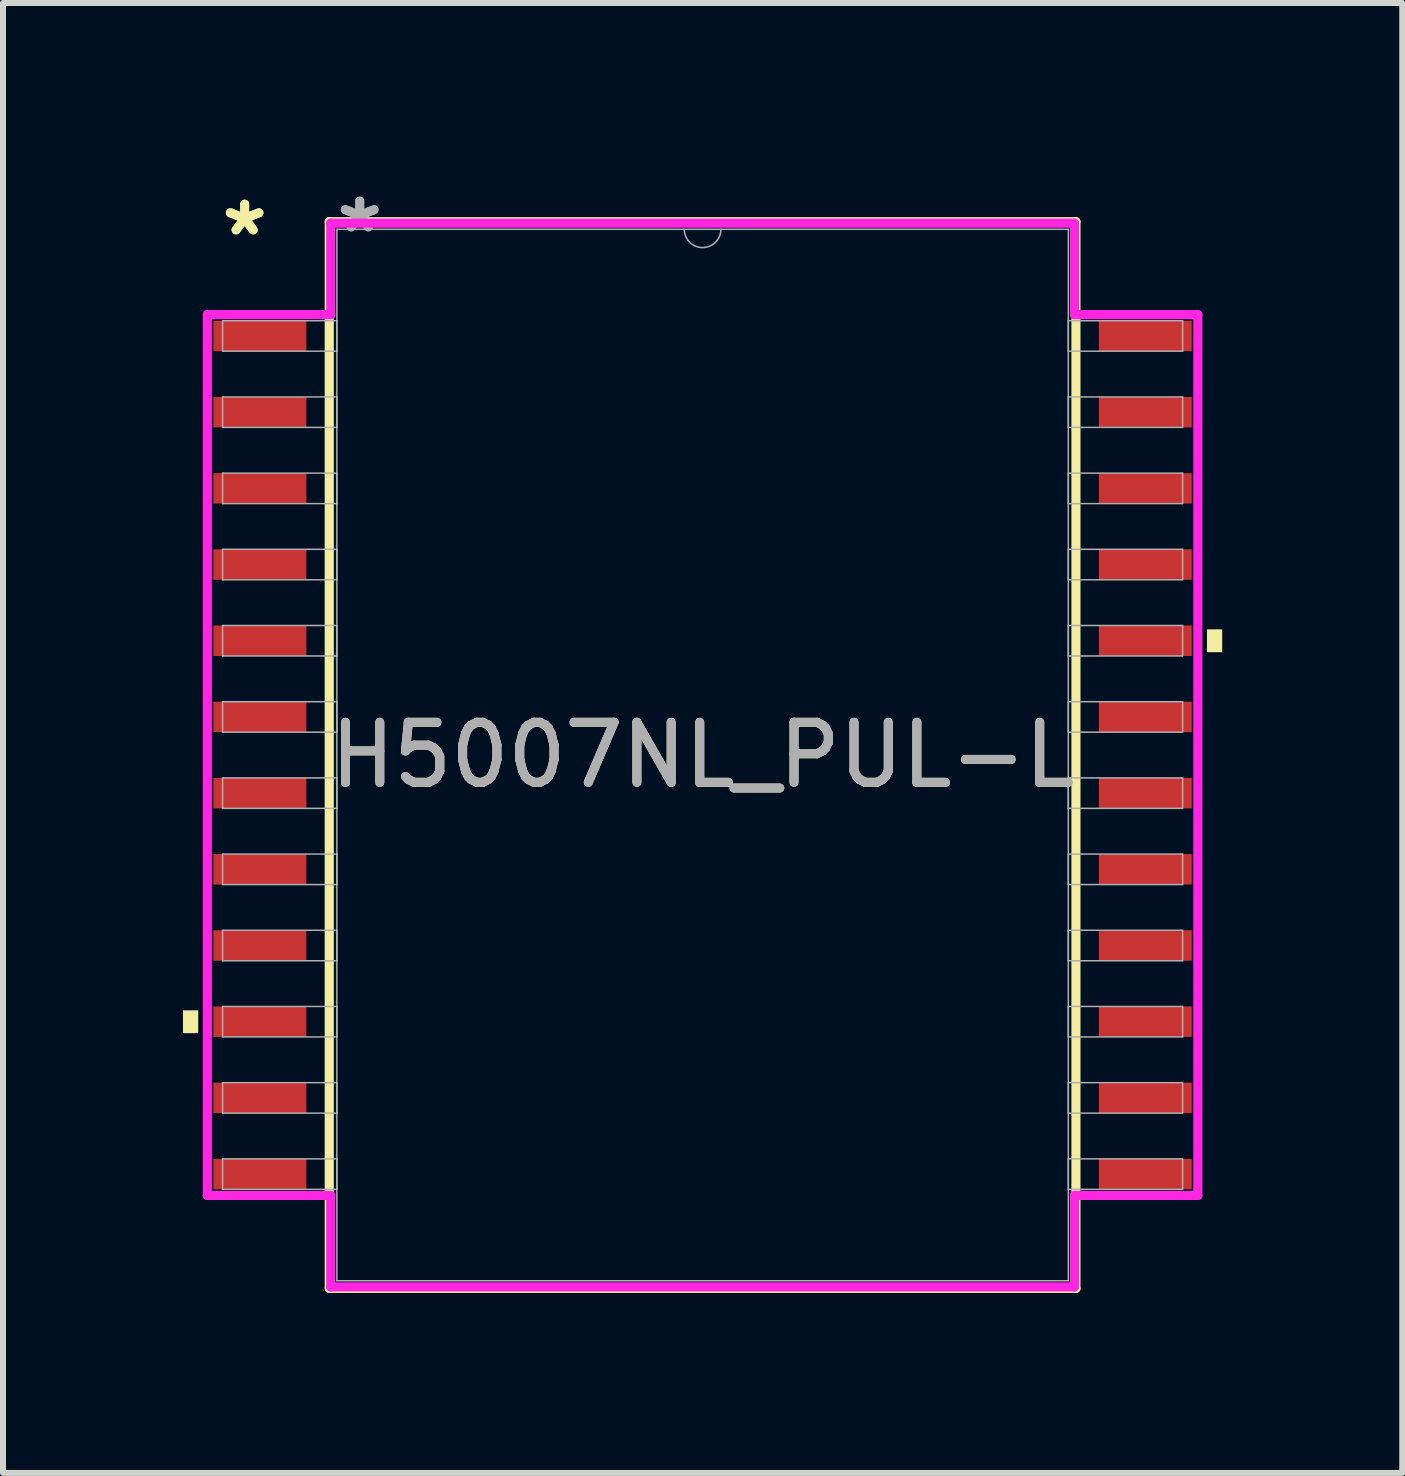
<source format=kicad_pcb>
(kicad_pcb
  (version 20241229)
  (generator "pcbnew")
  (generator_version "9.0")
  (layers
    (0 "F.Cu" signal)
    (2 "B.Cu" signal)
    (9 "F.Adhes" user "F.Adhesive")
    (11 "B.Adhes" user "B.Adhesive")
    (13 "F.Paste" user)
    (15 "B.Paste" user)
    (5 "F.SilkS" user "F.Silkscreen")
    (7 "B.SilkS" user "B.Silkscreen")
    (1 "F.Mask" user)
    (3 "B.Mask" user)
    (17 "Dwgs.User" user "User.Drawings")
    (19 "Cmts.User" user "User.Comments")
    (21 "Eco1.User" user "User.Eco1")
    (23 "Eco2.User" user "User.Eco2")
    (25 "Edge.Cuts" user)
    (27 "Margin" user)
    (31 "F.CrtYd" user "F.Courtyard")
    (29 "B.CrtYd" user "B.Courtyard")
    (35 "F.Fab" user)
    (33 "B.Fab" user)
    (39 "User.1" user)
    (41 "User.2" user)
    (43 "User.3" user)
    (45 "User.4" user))
  (footprint "H5007NL_PUL-L"
    (layer "F.Cu")
    (at 8.661 9.535)
    (property "Reference" "H5007NL_PUL-L" (at 0 0 0) (unlocked yes) (layer "F.SilkS") (effects (font (size 1 1) (thickness 0.15))))
    (attr smd)
    (fp_line (start -6.223 -8.89) (end -6.223 8.89) (stroke (width 0.152) (type solid)) (layer "F.SilkS"))
    (fp_line (start -6.223 8.89) (end 6.223 8.89) (stroke (width 0.152) (type solid)) (layer "F.SilkS"))
    (fp_line (start 6.223 -8.89) (end -6.223 -8.89) (stroke (width 0.152) (type solid)) (layer "F.SilkS"))
    (fp_line (start 6.223 8.89) (end 6.223 -8.89) (stroke (width 0.152) (type solid)) (layer "F.SilkS"))
    (fp_poly (pts (xy -8.661 4.255) (xy -8.661 4.636) (xy -8.407 4.636) (xy -8.407 4.255)) (stroke (width 0) (type solid)) (fill yes) (layer "F.SilkS"))
    (fp_poly (pts (xy 8.661 -2.095) (xy 8.661 -1.714) (xy 8.407 -1.714) (xy 8.407 -2.095)) (stroke (width 0) (type solid)) (fill yes) (layer "F.SilkS"))
    (fp_line (start -8.255 -7.341) (end -6.198 -7.341) (stroke (width 0.152) (type solid)) (layer "F.CrtYd"))
    (fp_line (start -8.255 7.341) (end -8.255 -7.341) (stroke (width 0.152) (type solid)) (layer "F.CrtYd"))
    (fp_line (start -8.255 7.341) (end -6.198 7.341) (stroke (width 0.152) (type solid)) (layer "F.CrtYd"))
    (fp_line (start -6.198 -8.865) (end 6.198 -8.865) (stroke (width 0.152) (type solid)) (layer "F.CrtYd"))
    (fp_line (start -6.198 -7.341) (end -6.198 -8.865) (stroke (width 0.152) (type solid)) (layer "F.CrtYd"))
    (fp_line (start -6.198 8.865) (end -6.198 7.341) (stroke (width 0.152) (type solid)) (layer "F.CrtYd"))
    (fp_line (start 6.198 -8.865) (end 6.198 -7.341) (stroke (width 0.152) (type solid)) (layer "F.CrtYd"))
    (fp_line (start 6.198 7.341) (end 6.198 8.865) (stroke (width 0.152) (type solid)) (layer "F.CrtYd"))
    (fp_line (start 6.198 8.865) (end -6.198 8.865) (stroke (width 0.152) (type solid)) (layer "F.CrtYd"))
    (fp_line (start 8.255 -7.341) (end 6.198 -7.341) (stroke (width 0.152) (type solid)) (layer "F.CrtYd"))
    (fp_line (start 8.255 -7.341) (end 8.255 7.341) (stroke (width 0.152) (type solid)) (layer "F.CrtYd"))
    (fp_line (start 8.255 7.341) (end 6.198 7.341) (stroke (width 0.152) (type solid)) (layer "F.CrtYd"))
    (fp_line (start -8.001 -7.239) (end -8.001 -6.731) (stroke (width 0.025) (type solid)) (layer "F.Fab"))
    (fp_line (start -8.001 -6.731) (end -6.096 -6.731) (stroke (width 0.025) (type solid)) (layer "F.Fab"))
    (fp_line (start -8.001 -5.969) (end -8.001 -5.461) (stroke (width 0.025) (type solid)) (layer "F.Fab"))
    (fp_line (start -8.001 -5.461) (end -6.096 -5.461) (stroke (width 0.025) (type solid)) (layer "F.Fab"))
    (fp_line (start -8.001 -4.699) (end -8.001 -4.191) (stroke (width 0.025) (type solid)) (layer "F.Fab"))
    (fp_line (start -8.001 -4.191) (end -6.096 -4.191) (stroke (width 0.025) (type solid)) (layer "F.Fab"))
    (fp_line (start -8.001 -3.429) (end -8.001 -2.921) (stroke (width 0.025) (type solid)) (layer "F.Fab"))
    (fp_line (start -8.001 -2.921) (end -6.096 -2.921) (stroke (width 0.025) (type solid)) (layer "F.Fab"))
    (fp_line (start -8.001 -2.159) (end -8.001 -1.651) (stroke (width 0.025) (type solid)) (layer "F.Fab"))
    (fp_line (start -8.001 -1.651) (end -6.096 -1.651) (stroke (width 0.025) (type solid)) (layer "F.Fab"))
    (fp_line (start -8.001 -0.889) (end -8.001 -0.381) (stroke (width 0.025) (type solid)) (layer "F.Fab"))
    (fp_line (start -8.001 -0.381) (end -6.096 -0.381) (stroke (width 0.025) (type solid)) (layer "F.Fab"))
    (fp_line (start -8.001 0.381) (end -8.001 0.889) (stroke (width 0.025) (type solid)) (layer "F.Fab"))
    (fp_line (start -8.001 0.889) (end -6.096 0.889) (stroke (width 0.025) (type solid)) (layer "F.Fab"))
    (fp_line (start -8.001 1.651) (end -8.001 2.159) (stroke (width 0.025) (type solid)) (layer "F.Fab"))
    (fp_line (start -8.001 2.159) (end -6.096 2.159) (stroke (width 0.025) (type solid)) (layer "F.Fab"))
    (fp_line (start -8.001 2.921) (end -8.001 3.429) (stroke (width 0.025) (type solid)) (layer "F.Fab"))
    (fp_line (start -8.001 3.429) (end -6.096 3.429) (stroke (width 0.025) (type solid)) (layer "F.Fab"))
    (fp_line (start -8.001 4.191) (end -8.001 4.699) (stroke (width 0.025) (type solid)) (layer "F.Fab"))
    (fp_line (start -8.001 4.699) (end -6.096 4.699) (stroke (width 0.025) (type solid)) (layer "F.Fab"))
    (fp_line (start -8.001 5.461) (end -8.001 5.969) (stroke (width 0.025) (type solid)) (layer "F.Fab"))
    (fp_line (start -8.001 5.969) (end -6.096 5.969) (stroke (width 0.025) (type solid)) (layer "F.Fab"))
    (fp_line (start -8.001 6.731) (end -8.001 7.239) (stroke (width 0.025) (type solid)) (layer "F.Fab"))
    (fp_line (start -8.001 7.239) (end -6.096 7.239) (stroke (width 0.025) (type solid)) (layer "F.Fab"))
    (fp_line (start -6.096 -8.763) (end -6.096 8.763) (stroke (width 0.025) (type solid)) (layer "F.Fab"))
    (fp_line (start -6.096 -7.239) (end -8.001 -7.239) (stroke (width 0.025) (type solid)) (layer "F.Fab"))
    (fp_line (start -6.096 -6.731) (end -6.096 -7.239) (stroke (width 0.025) (type solid)) (layer "F.Fab"))
    (fp_line (start -6.096 -5.969) (end -8.001 -5.969) (stroke (width 0.025) (type solid)) (layer "F.Fab"))
    (fp_line (start -6.096 -5.461) (end -6.096 -5.969) (stroke (width 0.025) (type solid)) (layer "F.Fab"))
    (fp_line (start -6.096 -4.699) (end -8.001 -4.699) (stroke (width 0.025) (type solid)) (layer "F.Fab"))
    (fp_line (start -6.096 -4.191) (end -6.096 -4.699) (stroke (width 0.025) (type solid)) (layer "F.Fab"))
    (fp_line (start -6.096 -3.429) (end -8.001 -3.429) (stroke (width 0.025) (type solid)) (layer "F.Fab"))
    (fp_line (start -6.096 -2.921) (end -6.096 -3.429) (stroke (width 0.025) (type solid)) (layer "F.Fab"))
    (fp_line (start -6.096 -2.159) (end -8.001 -2.159) (stroke (width 0.025) (type solid)) (layer "F.Fab"))
    (fp_line (start -6.096 -1.651) (end -6.096 -2.159) (stroke (width 0.025) (type solid)) (layer "F.Fab"))
    (fp_line (start -6.096 -0.889) (end -8.001 -0.889) (stroke (width 0.025) (type solid)) (layer "F.Fab"))
    (fp_line (start -6.096 -0.381) (end -6.096 -0.889) (stroke (width 0.025) (type solid)) (layer "F.Fab"))
    (fp_line (start -6.096 0.381) (end -8.001 0.381) (stroke (width 0.025) (type solid)) (layer "F.Fab"))
    (fp_line (start -6.096 0.889) (end -6.096 0.381) (stroke (width 0.025) (type solid)) (layer "F.Fab"))
    (fp_line (start -6.096 1.651) (end -8.001 1.651) (stroke (width 0.025) (type solid)) (layer "F.Fab"))
    (fp_line (start -6.096 2.159) (end -6.096 1.651) (stroke (width 0.025) (type solid)) (layer "F.Fab"))
    (fp_line (start -6.096 2.921) (end -8.001 2.921) (stroke (width 0.025) (type solid)) (layer "F.Fab"))
    (fp_line (start -6.096 3.429) (end -6.096 2.921) (stroke (width 0.025) (type solid)) (layer "F.Fab"))
    (fp_line (start -6.096 4.191) (end -8.001 4.191) (stroke (width 0.025) (type solid)) (layer "F.Fab"))
    (fp_line (start -6.096 4.699) (end -6.096 4.191) (stroke (width 0.025) (type solid)) (layer "F.Fab"))
    (fp_line (start -6.096 5.461) (end -8.001 5.461) (stroke (width 0.025) (type solid)) (layer "F.Fab"))
    (fp_line (start -6.096 5.969) (end -6.096 5.461) (stroke (width 0.025) (type solid)) (layer "F.Fab"))
    (fp_line (start -6.096 6.731) (end -8.001 6.731) (stroke (width 0.025) (type solid)) (layer "F.Fab"))
    (fp_line (start -6.096 7.239) (end -6.096 6.731) (stroke (width 0.025) (type solid)) (layer "F.Fab"))
    (fp_line (start -6.096 8.763) (end 6.096 8.763) (stroke (width 0.025) (type solid)) (layer "F.Fab"))
    (fp_line (start 6.096 -8.763) (end -6.096 -8.763) (stroke (width 0.025) (type solid)) (layer "F.Fab"))
    (fp_line (start 6.096 -7.239) (end 6.096 -6.731) (stroke (width 0.025) (type solid)) (layer "F.Fab"))
    (fp_line (start 6.096 -6.731) (end 8.001 -6.731) (stroke (width 0.025) (type solid)) (layer "F.Fab"))
    (fp_line (start 6.096 -5.969) (end 6.096 -5.461) (stroke (width 0.025) (type solid)) (layer "F.Fab"))
    (fp_line (start 6.096 -5.461) (end 8.001 -5.461) (stroke (width 0.025) (type solid)) (layer "F.Fab"))
    (fp_line (start 6.096 -4.699) (end 6.096 -4.191) (stroke (width 0.025) (type solid)) (layer "F.Fab"))
    (fp_line (start 6.096 -4.191) (end 8.001 -4.191) (stroke (width 0.025) (type solid)) (layer "F.Fab"))
    (fp_line (start 6.096 -3.429) (end 6.096 -2.921) (stroke (width 0.025) (type solid)) (layer "F.Fab"))
    (fp_line (start 6.096 -2.921) (end 8.001 -2.921) (stroke (width 0.025) (type solid)) (layer "F.Fab"))
    (fp_line (start 6.096 -2.159) (end 6.096 -1.651) (stroke (width 0.025) (type solid)) (layer "F.Fab"))
    (fp_line (start 6.096 -1.651) (end 8.001 -1.651) (stroke (width 0.025) (type solid)) (layer "F.Fab"))
    (fp_line (start 6.096 -0.889) (end 6.096 -0.381) (stroke (width 0.025) (type solid)) (layer "F.Fab"))
    (fp_line (start 6.096 -0.381) (end 8.001 -0.381) (stroke (width 0.025) (type solid)) (layer "F.Fab"))
    (fp_line (start 6.096 0.381) (end 6.096 0.889) (stroke (width 0.025) (type solid)) (layer "F.Fab"))
    (fp_line (start 6.096 0.889) (end 8.001 0.889) (stroke (width 0.025) (type solid)) (layer "F.Fab"))
    (fp_line (start 6.096 1.651) (end 6.096 2.159) (stroke (width 0.025) (type solid)) (layer "F.Fab"))
    (fp_line (start 6.096 2.159) (end 8.001 2.159) (stroke (width 0.025) (type solid)) (layer "F.Fab"))
    (fp_line (start 6.096 2.921) (end 6.096 3.429) (stroke (width 0.025) (type solid)) (layer "F.Fab"))
    (fp_line (start 6.096 3.429) (end 8.001 3.429) (stroke (width 0.025) (type solid)) (layer "F.Fab"))
    (fp_line (start 6.096 4.191) (end 6.096 4.699) (stroke (width 0.025) (type solid)) (layer "F.Fab"))
    (fp_line (start 6.096 4.699) (end 8.001 4.699) (stroke (width 0.025) (type solid)) (layer "F.Fab"))
    (fp_line (start 6.096 5.461) (end 6.096 5.969) (stroke (width 0.025) (type solid)) (layer "F.Fab"))
    (fp_line (start 6.096 5.969) (end 8.001 5.969) (stroke (width 0.025) (type solid)) (layer "F.Fab"))
    (fp_line (start 6.096 6.731) (end 6.096 7.239) (stroke (width 0.025) (type solid)) (layer "F.Fab"))
    (fp_line (start 6.096 7.239) (end 8.001 7.239) (stroke (width 0.025) (type solid)) (layer "F.Fab"))
    (fp_line (start 6.096 8.763) (end 6.096 -8.763) (stroke (width 0.025) (type solid)) (layer "F.Fab"))
    (fp_line (start 8.001 -7.239) (end 6.096 -7.239) (stroke (width 0.025) (type solid)) (layer "F.Fab"))
    (fp_line (start 8.001 -6.731) (end 8.001 -7.239) (stroke (width 0.025) (type solid)) (layer "F.Fab"))
    (fp_line (start 8.001 -5.969) (end 6.096 -5.969) (stroke (width 0.025) (type solid)) (layer "F.Fab"))
    (fp_line (start 8.001 -5.461) (end 8.001 -5.969) (stroke (width 0.025) (type solid)) (layer "F.Fab"))
    (fp_line (start 8.001 -4.699) (end 6.096 -4.699) (stroke (width 0.025) (type solid)) (layer "F.Fab"))
    (fp_line (start 8.001 -4.191) (end 8.001 -4.699) (stroke (width 0.025) (type solid)) (layer "F.Fab"))
    (fp_line (start 8.001 -3.429) (end 6.096 -3.429) (stroke (width 0.025) (type solid)) (layer "F.Fab"))
    (fp_line (start 8.001 -2.921) (end 8.001 -3.429) (stroke (width 0.025) (type solid)) (layer "F.Fab"))
    (fp_line (start 8.001 -2.159) (end 6.096 -2.159) (stroke (width 0.025) (type solid)) (layer "F.Fab"))
    (fp_line (start 8.001 -1.651) (end 8.001 -2.159) (stroke (width 0.025) (type solid)) (layer "F.Fab"))
    (fp_line (start 8.001 -0.889) (end 6.096 -0.889) (stroke (width 0.025) (type solid)) (layer "F.Fab"))
    (fp_line (start 8.001 -0.381) (end 8.001 -0.889) (stroke (width 0.025) (type solid)) (layer "F.Fab"))
    (fp_line (start 8.001 0.381) (end 6.096 0.381) (stroke (width 0.025) (type solid)) (layer "F.Fab"))
    (fp_line (start 8.001 0.889) (end 8.001 0.381) (stroke (width 0.025) (type solid)) (layer "F.Fab"))
    (fp_line (start 8.001 1.651) (end 6.096 1.651) (stroke (width 0.025) (type solid)) (layer "F.Fab"))
    (fp_line (start 8.001 2.159) (end 8.001 1.651) (stroke (width 0.025) (type solid)) (layer "F.Fab"))
    (fp_line (start 8.001 2.921) (end 6.096 2.921) (stroke (width 0.025) (type solid)) (layer "F.Fab"))
    (fp_line (start 8.001 3.429) (end 8.001 2.921) (stroke (width 0.025) (type solid)) (layer "F.Fab"))
    (fp_line (start 8.001 4.191) (end 6.096 4.191) (stroke (width 0.025) (type solid)) (layer "F.Fab"))
    (fp_line (start 8.001 4.699) (end 8.001 4.191) (stroke (width 0.025) (type solid)) (layer "F.Fab"))
    (fp_line (start 8.001 5.461) (end 6.096 5.461) (stroke (width 0.025) (type solid)) (layer "F.Fab"))
    (fp_line (start 8.001 5.969) (end 8.001 5.461) (stroke (width 0.025) (type solid)) (layer "F.Fab"))
    (fp_line (start 8.001 6.731) (end 6.096 6.731) (stroke (width 0.025) (type solid)) (layer "F.Fab"))
    (fp_line (start 8.001 7.239) (end 8.001 6.731) (stroke (width 0.025) (type solid)) (layer "F.Fab"))
    (fp_arc (start 0.3048 -8.763) (mid 0 -8.4582) (end -0.3048 -8.763) (stroke (width 0.0254) (type solid)) (layer "F.Fab"))
    (fp_text user "*" (at -7.633 -8.636 0) (layer "F.SilkS") (effects (font (size 1 1) (thickness 0.15))))
    (fp_text user "*" (at -7.633 -8.636 0) (unlocked yes) (layer "F.SilkS") (effects (font (size 1 1) (thickness 0.15))))
    (fp_text user "${REFERENCE}" (at 0 0 0) (unlocked yes) (layer "F.Fab") (effects (font (size 1 1) (thickness 0.15))))
    (fp_text user "*" (at -5.715 -8.687 0) (unlocked yes) (layer "F.Fab") (effects (font (size 1 1) (thickness 0.15))))
    (fp_text user "*" (at -5.715 -8.687 0) (layer "F.Fab") (effects (font (size 1 1) (thickness 0.15))))
    (pad "1" smd rect (at -7.379 -6.985) (size 1.549 0.508) (layers "F.Cu" "F.Mask" "F.Paste"))
    (pad "2" smd rect (at -7.379 -5.715) (size 1.549 0.508) (layers "F.Cu" "F.Mask" "F.Paste"))
    (pad "3" smd rect (at -7.379 -4.445) (size 1.549 0.508) (layers "F.Cu" "F.Mask" "F.Paste"))
    (pad "4" smd rect (at -7.379 -3.175) (size 1.549 0.508) (layers "F.Cu" "F.Mask" "F.Paste"))
    (pad "5" smd rect (at -7.379 -1.905) (size 1.549 0.508) (layers "F.Cu" "F.Mask" "F.Paste"))
    (pad "6" smd rect (at -7.379 -0.635) (size 1.549 0.508) (layers "F.Cu" "F.Mask" "F.Paste"))
    (pad "7" smd rect (at -7.379 0.635) (size 1.549 0.508) (layers "F.Cu" "F.Mask" "F.Paste"))
    (pad "8" smd rect (at -7.379 1.905) (size 1.549 0.508) (layers "F.Cu" "F.Mask" "F.Paste"))
    (pad "9" smd rect (at -7.379 3.175) (size 1.549 0.508) (layers "F.Cu" "F.Mask" "F.Paste"))
    (pad "10" smd rect (at -7.379 4.445) (size 1.549 0.508) (layers "F.Cu" "F.Mask" "F.Paste"))
    (pad "11" smd rect (at -7.379 5.715) (size 1.549 0.508) (layers "F.Cu" "F.Mask" "F.Paste"))
    (pad "12" smd rect (at -7.379 6.985) (size 1.549 0.508) (layers "F.Cu" "F.Mask" "F.Paste"))
    (pad "13" smd rect (at 7.379 6.985) (size 1.549 0.508) (layers "F.Cu" "F.Mask" "F.Paste"))
    (pad "14" smd rect (at 7.379 5.715) (size 1.549 0.508) (layers "F.Cu" "F.Mask" "F.Paste"))
    (pad "15" smd rect (at 7.379 4.445) (size 1.549 0.508) (layers "F.Cu" "F.Mask" "F.Paste"))
    (pad "16" smd rect (at 7.379 3.175) (size 1.549 0.508) (layers "F.Cu" "F.Mask" "F.Paste"))
    (pad "17" smd rect (at 7.379 1.905) (size 1.549 0.508) (layers "F.Cu" "F.Mask" "F.Paste"))
    (pad "18" smd rect (at 7.379 0.635) (size 1.549 0.508) (layers "F.Cu" "F.Mask" "F.Paste"))
    (pad "19" smd rect (at 7.379 -0.635) (size 1.549 0.508) (layers "F.Cu" "F.Mask" "F.Paste"))
    (pad "20" smd rect (at 7.379 -1.905) (size 1.549 0.508) (layers "F.Cu" "F.Mask" "F.Paste"))
    (pad "21" smd rect (at 7.379 -3.175) (size 1.549 0.508) (layers "F.Cu" "F.Mask" "F.Paste"))
    (pad "22" smd rect (at 7.379 -4.445) (size 1.549 0.508) (layers "F.Cu" "F.Mask" "F.Paste"))
    (pad "23" smd rect (at 7.379 -5.715) (size 1.549 0.508) (layers "F.Cu" "F.Mask" "F.Paste"))
    (pad "24" smd rect (at 7.379 -6.985) (size 1.549 0.508) (layers "F.Cu" "F.Mask" "F.Paste")))
  (gr_rect
    (start -3 -3)
    (end 20.323 21.501)
    (stroke (width 0.1) (type default))
    (fill no)
    (layer "Edge.Cuts")))
</source>
